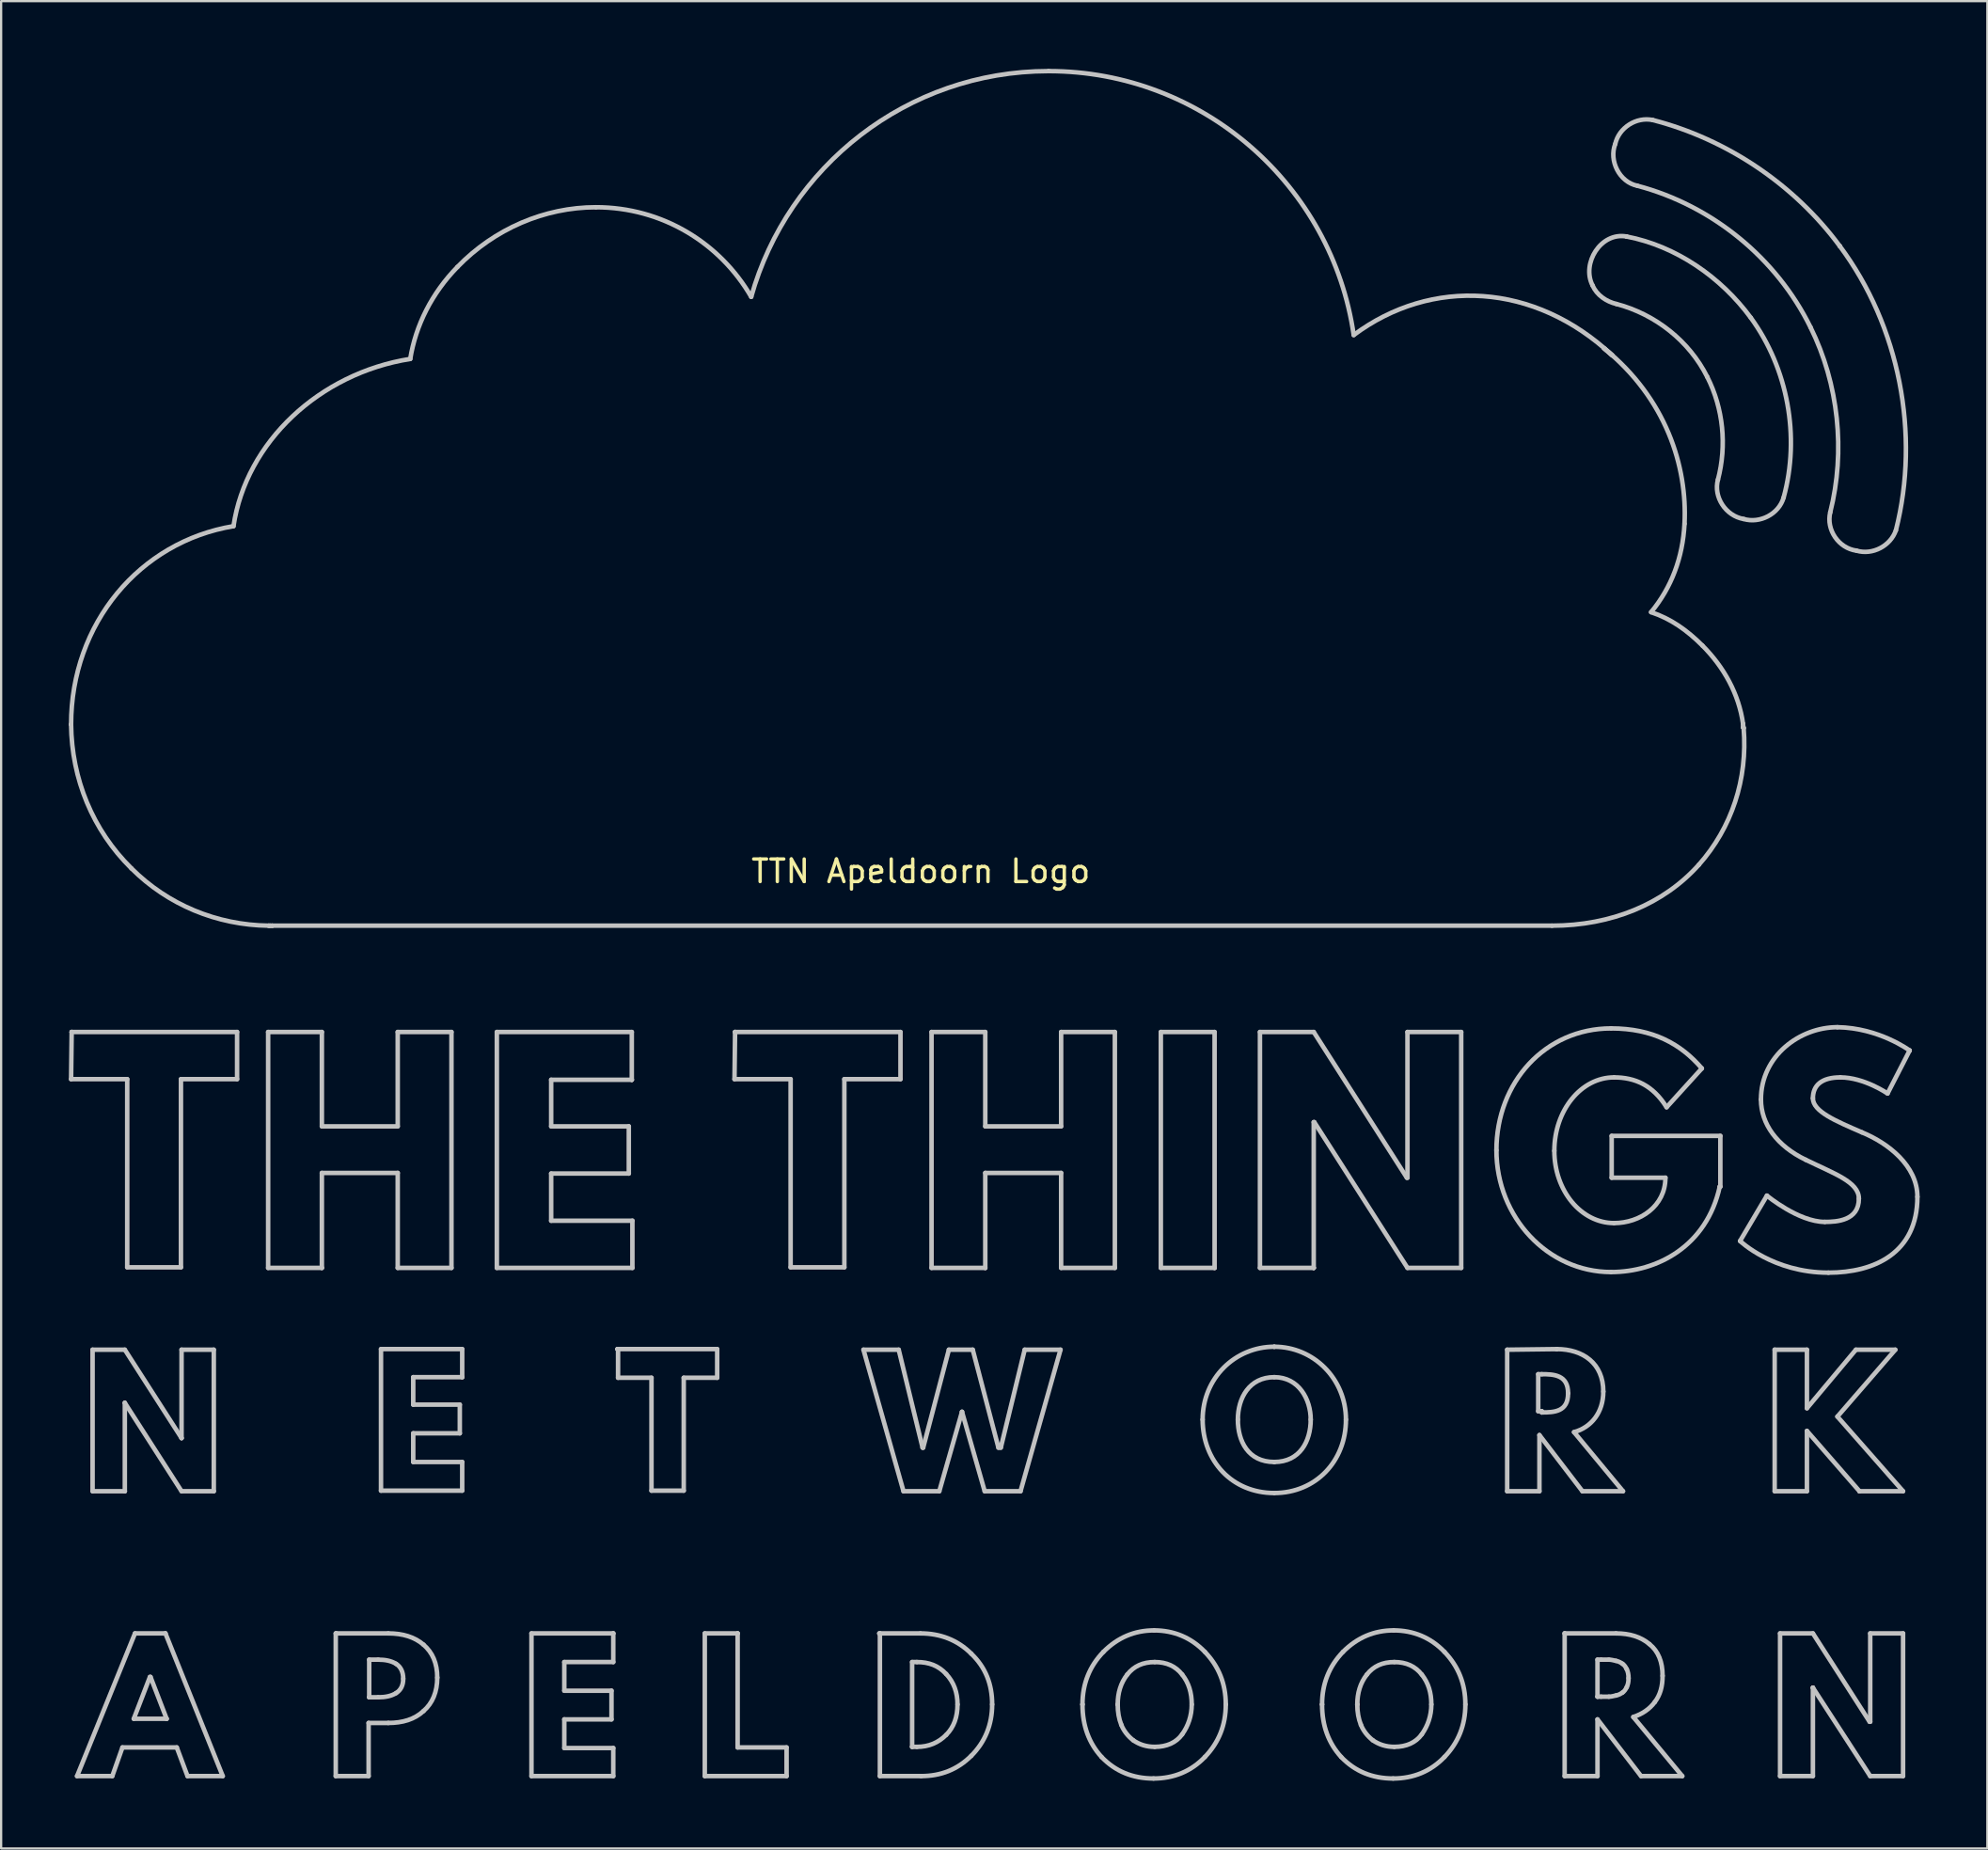
<source format=kicad_pcb>
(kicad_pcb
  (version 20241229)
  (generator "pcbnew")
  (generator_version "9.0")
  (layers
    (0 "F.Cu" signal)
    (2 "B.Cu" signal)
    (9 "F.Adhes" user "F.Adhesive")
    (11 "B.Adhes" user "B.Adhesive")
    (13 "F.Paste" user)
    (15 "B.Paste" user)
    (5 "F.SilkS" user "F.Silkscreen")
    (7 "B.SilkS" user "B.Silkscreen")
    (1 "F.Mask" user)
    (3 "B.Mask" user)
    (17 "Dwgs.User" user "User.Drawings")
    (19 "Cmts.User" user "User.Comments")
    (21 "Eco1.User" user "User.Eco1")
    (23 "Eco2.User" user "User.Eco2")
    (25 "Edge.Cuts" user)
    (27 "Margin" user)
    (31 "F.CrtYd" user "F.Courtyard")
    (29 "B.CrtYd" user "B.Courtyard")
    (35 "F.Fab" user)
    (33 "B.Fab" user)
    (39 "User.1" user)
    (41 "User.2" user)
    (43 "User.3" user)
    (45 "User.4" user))
  (footprint "TTN Apeldoorn Logo"
    (layer "F.Cu")
    (at 37.75 35.051)
    (property "Reference" "TTN Apeldoorn Logo" (at 0 0.5 0) (layer "F.SilkS") (effects (font (size 1 1) (thickness 0.15))))
    (attr through_hole)
    (fp_line (start -37.65 -6.006) (end -37.65 -6.006) (stroke (width 0.2) (type solid)) (layer "Dwgs.User"))
    (fp_line (start -37.65 9.71) (end -37.624 7.62) (stroke (width 0.2) (type solid)) (layer "Dwgs.User"))
    (fp_line (start -37.624 7.62) (end -37.624 7.62) (stroke (width 0.2) (type solid)) (layer "Dwgs.User"))
    (fp_line (start -37.624 7.62) (end -37.624 7.62) (stroke (width 0.2) (type solid)) (layer "Dwgs.User"))
    (fp_line (start -37.624 7.62) (end -30.295 7.62) (stroke (width 0.2) (type solid)) (layer "Dwgs.User"))
    (fp_line (start -37.386 40.587) (end -34.819 34.264) (stroke (width 0.2) (type solid)) (layer "Dwgs.User"))
    (fp_line (start -36.698 21.696) (end -35.269 21.696) (stroke (width 0.2) (type solid)) (layer "Dwgs.User"))
    (fp_line (start -36.698 27.966) (end -36.698 21.696) (stroke (width 0.2) (type solid)) (layer "Dwgs.User"))
    (fp_line (start -35.825 40.587) (end -37.386 40.587) (stroke (width 0.2) (type solid)) (layer "Dwgs.User"))
    (fp_line (start -35.375 39.317) (end -35.825 40.587) (stroke (width 0.2) (type solid)) (layer "Dwgs.User"))
    (fp_line (start -35.269 21.696) (end -32.755 25.612) (stroke (width 0.2) (type solid)) (layer "Dwgs.User"))
    (fp_line (start -35.269 24.051) (end -35.269 24.051) (stroke (width 0.2) (type solid)) (layer "Dwgs.User"))
    (fp_line (start -35.269 24.051) (end -35.269 27.966) (stroke (width 0.2) (type solid)) (layer "Dwgs.User"))
    (fp_line (start -35.269 27.966) (end -36.698 27.966) (stroke (width 0.2) (type solid)) (layer "Dwgs.User"))
    (fp_line (start -35.269 27.966) (end -35.269 27.966) (stroke (width 0.2) (type solid)) (layer "Dwgs.User"))
    (fp_line (start -35.163 9.71) (end -37.65 9.71) (stroke (width 0.2) (type solid)) (layer "Dwgs.User"))
    (fp_line (start -35.163 18.045) (end -35.163 9.71) (stroke (width 0.2) (type solid)) (layer "Dwgs.User"))
    (fp_line (start -34.872 38.047) (end -33.417 38.047) (stroke (width 0.2) (type solid)) (layer "Dwgs.User"))
    (fp_line (start -34.819 34.264) (end -33.47 34.264) (stroke (width 0.2) (type solid)) (layer "Dwgs.User"))
    (fp_line (start -34.158 36.195) (end -34.872 38.047) (stroke (width 0.2) (type solid)) (layer "Dwgs.User"))
    (fp_line (start -34.131 36.195) (end -34.158 36.195) (stroke (width 0.2) (type solid)) (layer "Dwgs.User"))
    (fp_line (start -33.47 34.264) (end -33.47 34.264) (stroke (width 0.2) (type solid)) (layer "Dwgs.User"))
    (fp_line (start -33.47 34.264) (end -30.93 40.587) (stroke (width 0.2) (type solid)) (layer "Dwgs.User"))
    (fp_line (start -33.417 38.047) (end -34.131 36.195) (stroke (width 0.2) (type solid)) (layer "Dwgs.User"))
    (fp_line (start -33.417 38.047) (end -33.417 38.047) (stroke (width 0.2) (type solid)) (layer "Dwgs.User"))
    (fp_line (start -32.967 39.317) (end -35.375 39.317) (stroke (width 0.2) (type solid)) (layer "Dwgs.User"))
    (fp_line (start -32.782 9.71) (end -32.782 18.045) (stroke (width 0.2) (type solid)) (layer "Dwgs.User"))
    (fp_line (start -32.782 18.045) (end -35.163 18.045) (stroke (width 0.2) (type solid)) (layer "Dwgs.User"))
    (fp_line (start -32.755 21.696) (end -31.327 21.696) (stroke (width 0.2) (type solid)) (layer "Dwgs.User"))
    (fp_line (start -32.755 25.612) (end -32.755 21.696) (stroke (width 0.2) (type solid)) (layer "Dwgs.User"))
    (fp_line (start -32.755 25.612) (end -32.755 25.612) (stroke (width 0.2) (type solid)) (layer "Dwgs.User"))
    (fp_line (start -32.755 27.966) (end -35.269 24.051) (stroke (width 0.2) (type solid)) (layer "Dwgs.User"))
    (fp_line (start -32.491 40.587) (end -32.967 39.317) (stroke (width 0.2) (type solid)) (layer "Dwgs.User"))
    (fp_line (start -31.327 21.696) (end -31.327 27.966) (stroke (width 0.2) (type solid)) (layer "Dwgs.User"))
    (fp_line (start -31.327 27.966) (end -32.755 27.966) (stroke (width 0.2) (type solid)) (layer "Dwgs.User"))
    (fp_line (start -30.93 40.587) (end -32.491 40.587) (stroke (width 0.2) (type solid)) (layer "Dwgs.User"))
    (fp_line (start -30.295 7.62) (end -30.295 9.71) (stroke (width 0.2) (type solid)) (layer "Dwgs.User"))
    (fp_line (start -30.295 9.71) (end -32.782 9.71) (stroke (width 0.2) (type solid)) (layer "Dwgs.User"))
    (fp_line (start -28.919 7.62) (end -26.538 7.62) (stroke (width 0.2) (type solid)) (layer "Dwgs.User"))
    (fp_line (start -28.919 18.071) (end -28.919 7.62) (stroke (width 0.2) (type solid)) (layer "Dwgs.User"))
    (fp_line (start -28.892 2.91) (end -28.892 2.91) (stroke (width 0.2) (type solid)) (layer "Dwgs.User"))
    (fp_line (start -28.84 2.91) (end -28.892 2.91) (stroke (width 0.2) (type solid)) (layer "Dwgs.User"))
    (fp_line (start -28.813 2.91) (end -28.84 2.91) (stroke (width 0.2) (type solid)) (layer "Dwgs.User"))
    (fp_line (start -28.734 2.91) (end -28.734 2.91) (stroke (width 0.2) (type solid)) (layer "Dwgs.User"))
    (fp_line (start -26.538 7.62) (end -26.538 11.8) (stroke (width 0.2) (type solid)) (layer "Dwgs.User"))
    (fp_line (start -26.538 11.8) (end -23.177 11.8) (stroke (width 0.2) (type solid)) (layer "Dwgs.User"))
    (fp_line (start -26.538 18.071) (end -28.919 18.071) (stroke (width 0.2) (type solid)) (layer "Dwgs.User"))
    (fp_line (start -26.538 18.071) (end -26.538 18.071) (stroke (width 0.2) (type solid)) (layer "Dwgs.User"))
    (fp_line (start -25.923 34.264) (end -25.896 34.264) (stroke (width 0.2) (type solid)) (layer "Dwgs.User"))
    (fp_line (start -25.923 40.587) (end -25.923 34.264) (stroke (width 0.2) (type solid)) (layer "Dwgs.User"))
    (fp_line (start -25.896 34.264) (end -23.594 34.264) (stroke (width 0.2) (type solid)) (layer "Dwgs.User"))
    (fp_line (start -24.467 38.232) (end -24.467 40.587) (stroke (width 0.2) (type solid)) (layer "Dwgs.User"))
    (fp_line (start -24.467 40.587) (end -25.923 40.587) (stroke (width 0.2) (type solid)) (layer "Dwgs.User"))
    (fp_line (start -24.441 35.428) (end -24.441 37.095) (stroke (width 0.2) (type solid)) (layer "Dwgs.User"))
    (fp_line (start -24.441 37.095) (end -24.441 37.095) (stroke (width 0.2) (type solid)) (layer "Dwgs.User"))
    (fp_line (start -24.441 37.095) (end -24.044 37.095) (stroke (width 0.2) (type solid)) (layer "Dwgs.User"))
    (fp_line (start -24.044 35.428) (end -24.441 35.428) (stroke (width 0.2) (type solid)) (layer "Dwgs.User"))
    (fp_line (start -23.918 21.669) (end -20.32 21.669) (stroke (width 0.2) (type solid)) (layer "Dwgs.User"))
    (fp_line (start -23.918 27.94) (end -23.918 21.669) (stroke (width 0.2) (type solid)) (layer "Dwgs.User"))
    (fp_line (start -23.594 38.232) (end -24.467 38.232) (stroke (width 0.2) (type solid)) (layer "Dwgs.User"))
    (fp_line (start -23.177 7.62) (end -20.796 7.62) (stroke (width 0.2) (type solid)) (layer "Dwgs.User"))
    (fp_line (start -23.177 11.8) (end -23.177 7.62) (stroke (width 0.2) (type solid)) (layer "Dwgs.User"))
    (fp_line (start -23.177 13.864) (end -26.538 13.864) (stroke (width 0.2) (type solid)) (layer "Dwgs.User"))
    (fp_line (start -23.177 18.071) (end -23.177 13.864) (stroke (width 0.2) (type solid)) (layer "Dwgs.User"))
    (fp_line (start -22.49 22.913) (end -22.49 24.13) (stroke (width 0.2) (type solid)) (layer "Dwgs.User"))
    (fp_line (start -22.49 24.13) (end -20.426 24.13) (stroke (width 0.2) (type solid)) (layer "Dwgs.User"))
    (fp_line (start -22.49 25.4) (end -22.49 26.67) (stroke (width 0.2) (type solid)) (layer "Dwgs.User"))
    (fp_line (start -22.49 26.67) (end -20.32 26.67) (stroke (width 0.2) (type solid)) (layer "Dwgs.User"))
    (fp_line (start -20.796 7.62) (end -20.796 18.071) (stroke (width 0.2) (type solid)) (layer "Dwgs.User"))
    (fp_line (start -20.796 18.071) (end -23.177 18.071) (stroke (width 0.2) (type solid)) (layer "Dwgs.User"))
    (fp_line (start -20.426 24.13) (end -20.426 25.4) (stroke (width 0.2) (type solid)) (layer "Dwgs.User"))
    (fp_line (start -20.426 25.4) (end -22.49 25.4) (stroke (width 0.2) (type solid)) (layer "Dwgs.User"))
    (fp_line (start -20.32 21.669) (end -20.32 22.913) (stroke (width 0.2) (type solid)) (layer "Dwgs.User"))
    (fp_line (start -20.32 22.913) (end -22.49 22.913) (stroke (width 0.2) (type solid)) (layer "Dwgs.User"))
    (fp_line (start -20.32 22.913) (end -20.32 22.913) (stroke (width 0.2) (type solid)) (layer "Dwgs.User"))
    (fp_line (start -20.32 26.67) (end -20.32 27.94) (stroke (width 0.2) (type solid)) (layer "Dwgs.User"))
    (fp_line (start -20.32 27.94) (end -23.918 27.94) (stroke (width 0.2) (type solid)) (layer "Dwgs.User"))
    (fp_line (start -18.785 7.62) (end -12.806 7.62) (stroke (width 0.2) (type solid)) (layer "Dwgs.User"))
    (fp_line (start -18.785 18.071) (end -18.785 7.62) (stroke (width 0.2) (type solid)) (layer "Dwgs.User"))
    (fp_line (start -17.251 34.264) (end -13.626 34.264) (stroke (width 0.2) (type solid)) (layer "Dwgs.User"))
    (fp_line (start -17.251 40.587) (end -17.251 34.264) (stroke (width 0.2) (type solid)) (layer "Dwgs.User"))
    (fp_line (start -16.378 9.737) (end -16.378 11.8) (stroke (width 0.2) (type solid)) (layer "Dwgs.User"))
    (fp_line (start -16.378 11.8) (end -12.938 11.8) (stroke (width 0.2) (type solid)) (layer "Dwgs.User"))
    (fp_line (start -16.378 13.891) (end -16.378 15.981) (stroke (width 0.2) (type solid)) (layer "Dwgs.User"))
    (fp_line (start -16.378 15.981) (end -12.779 15.981) (stroke (width 0.2) (type solid)) (layer "Dwgs.User"))
    (fp_line (start -15.796 35.534) (end -15.796 36.804) (stroke (width 0.2) (type solid)) (layer "Dwgs.User"))
    (fp_line (start -15.796 36.804) (end -13.705 36.804) (stroke (width 0.2) (type solid)) (layer "Dwgs.User"))
    (fp_line (start -15.796 38.074) (end -15.796 39.344) (stroke (width 0.2) (type solid)) (layer "Dwgs.User"))
    (fp_line (start -15.796 39.344) (end -13.626 39.344) (stroke (width 0.2) (type solid)) (layer "Dwgs.User"))
    (fp_line (start -13.705 36.804) (end -13.705 38.074) (stroke (width 0.2) (type solid)) (layer "Dwgs.User"))
    (fp_line (start -13.705 38.074) (end -15.796 38.074) (stroke (width 0.2) (type solid)) (layer "Dwgs.User"))
    (fp_line (start -13.626 34.264) (end -13.626 34.264) (stroke (width 0.2) (type solid)) (layer "Dwgs.User"))
    (fp_line (start -13.626 34.264) (end -13.626 35.534) (stroke (width 0.2) (type solid)) (layer "Dwgs.User"))
    (fp_line (start -13.626 35.534) (end -15.796 35.534) (stroke (width 0.2) (type solid)) (layer "Dwgs.User"))
    (fp_line (start -13.626 39.344) (end -13.626 40.587) (stroke (width 0.2) (type solid)) (layer "Dwgs.User"))
    (fp_line (start -13.626 40.587) (end -17.251 40.587) (stroke (width 0.2) (type solid)) (layer "Dwgs.User"))
    (fp_line (start -13.441 21.669) (end -13.441 21.669) (stroke (width 0.2) (type solid)) (layer "Dwgs.User"))
    (fp_line (start -13.441 21.669) (end -9.022 21.669) (stroke (width 0.2) (type solid)) (layer "Dwgs.User"))
    (fp_line (start -13.414 21.669) (end -13.441 21.669) (stroke (width 0.2) (type solid)) (layer "Dwgs.User"))
    (fp_line (start -13.414 22.939) (end -13.414 21.669) (stroke (width 0.2) (type solid)) (layer "Dwgs.User"))
    (fp_line (start -12.938 11.8) (end -12.938 13.891) (stroke (width 0.2) (type solid)) (layer "Dwgs.User"))
    (fp_line (start -12.938 13.891) (end -16.378 13.891) (stroke (width 0.2) (type solid)) (layer "Dwgs.User"))
    (fp_line (start -12.806 7.62) (end -12.806 9.737) (stroke (width 0.2) (type solid)) (layer "Dwgs.User"))
    (fp_line (start -12.806 9.737) (end -16.378 9.737) (stroke (width 0.2) (type solid)) (layer "Dwgs.User"))
    (fp_line (start -12.806 9.737) (end -12.806 9.737) (stroke (width 0.2) (type solid)) (layer "Dwgs.User"))
    (fp_line (start -12.806 9.737) (end -12.806 9.737) (stroke (width 0.2) (type solid)) (layer "Dwgs.User"))
    (fp_line (start -12.779 15.981) (end -12.779 18.071) (stroke (width 0.2) (type solid)) (layer "Dwgs.User"))
    (fp_line (start -12.779 18.071) (end -18.785 18.071) (stroke (width 0.2) (type solid)) (layer "Dwgs.User"))
    (fp_line (start -11.933 22.939) (end -13.414 22.939) (stroke (width 0.2) (type solid)) (layer "Dwgs.User"))
    (fp_line (start -11.933 27.94) (end -11.933 22.939) (stroke (width 0.2) (type solid)) (layer "Dwgs.User"))
    (fp_line (start -10.504 22.939) (end -10.504 27.94) (stroke (width 0.2) (type solid)) (layer "Dwgs.User"))
    (fp_line (start -10.504 27.94) (end -11.933 27.94) (stroke (width 0.2) (type solid)) (layer "Dwgs.User"))
    (fp_line (start -9.571 34.264) (end -8.116 34.264) (stroke (width 0.2) (type solid)) (layer "Dwgs.User"))
    (fp_line (start -9.571 40.587) (end -9.571 34.264) (stroke (width 0.2) (type solid)) (layer "Dwgs.User"))
    (fp_line (start -9.022 21.669) (end -9.022 22.939) (stroke (width 0.2) (type solid)) (layer "Dwgs.User"))
    (fp_line (start -9.022 22.939) (end -10.504 22.939) (stroke (width 0.2) (type solid)) (layer "Dwgs.User"))
    (fp_line (start -8.255 9.71) (end -8.229 7.62) (stroke (width 0.2) (type solid)) (layer "Dwgs.User"))
    (fp_line (start -8.229 7.62) (end -8.229 7.62) (stroke (width 0.2) (type solid)) (layer "Dwgs.User"))
    (fp_line (start -8.229 7.62) (end -8.229 7.62) (stroke (width 0.2) (type solid)) (layer "Dwgs.User"))
    (fp_line (start -8.229 7.62) (end -0.9 7.62) (stroke (width 0.2) (type solid)) (layer "Dwgs.User"))
    (fp_line (start -8.116 34.264) (end -8.116 34.264) (stroke (width 0.2) (type solid)) (layer "Dwgs.User"))
    (fp_line (start -8.116 34.264) (end -8.116 39.317) (stroke (width 0.2) (type solid)) (layer "Dwgs.User"))
    (fp_line (start -8.116 39.317) (end -5.947 39.317) (stroke (width 0.2) (type solid)) (layer "Dwgs.User"))
    (fp_line (start -5.947 39.317) (end -5.947 40.587) (stroke (width 0.2) (type solid)) (layer "Dwgs.User"))
    (fp_line (start -5.947 40.587) (end -9.571 40.587) (stroke (width 0.2) (type solid)) (layer "Dwgs.User"))
    (fp_line (start -5.768 9.71) (end -8.255 9.71) (stroke (width 0.2) (type solid)) (layer "Dwgs.User"))
    (fp_line (start -5.768 18.045) (end -5.768 9.71) (stroke (width 0.2) (type solid)) (layer "Dwgs.User"))
    (fp_line (start -3.387 9.71) (end -3.387 18.045) (stroke (width 0.2) (type solid)) (layer "Dwgs.User"))
    (fp_line (start -3.387 18.045) (end -5.768 18.045) (stroke (width 0.2) (type solid)) (layer "Dwgs.User"))
    (fp_line (start -2.54 21.696) (end -0.979 21.696) (stroke (width 0.2) (type solid)) (layer "Dwgs.User"))
    (fp_line (start -1.839 34.264) (end -0.013 34.264) (stroke (width 0.2) (type solid)) (layer "Dwgs.User"))
    (fp_line (start -1.812 34.264) (end -1.839 34.264) (stroke (width 0.2) (type solid)) (layer "Dwgs.User"))
    (fp_line (start -1.812 40.587) (end -1.812 34.264) (stroke (width 0.2) (type solid)) (layer "Dwgs.User"))
    (fp_line (start -0.979 21.696) (end 0.079 26.035) (stroke (width 0.2) (type solid)) (layer "Dwgs.User"))
    (fp_line (start -0.9 7.62) (end -0.9 9.71) (stroke (width 0.2) (type solid)) (layer "Dwgs.User"))
    (fp_line (start -0.9 9.71) (end -3.387 9.71) (stroke (width 0.2) (type solid)) (layer "Dwgs.User"))
    (fp_line (start -0.767 27.966) (end -2.54 21.696) (stroke (width 0.2) (type solid)) (layer "Dwgs.User"))
    (fp_line (start -0.384 35.534) (end -0.384 39.291) (stroke (width 0.2) (type solid)) (layer "Dwgs.User"))
    (fp_line (start -0.384 39.291) (end -0.384 39.291) (stroke (width 0.2) (type solid)) (layer "Dwgs.User"))
    (fp_line (start -0.384 39.291) (end -0.172 39.291) (stroke (width 0.2) (type solid)) (layer "Dwgs.User"))
    (fp_line (start -0.172 35.534) (end -0.384 35.534) (stroke (width 0.2) (type solid)) (layer "Dwgs.User"))
    (fp_line (start 0.013 40.587) (end -1.812 40.587) (stroke (width 0.2) (type solid)) (layer "Dwgs.User"))
    (fp_line (start 0.079 26.035) (end 0.106 26.035) (stroke (width 0.2) (type solid)) (layer "Dwgs.User"))
    (fp_line (start 0.106 26.035) (end 1.244 21.696) (stroke (width 0.2) (type solid)) (layer "Dwgs.User"))
    (fp_line (start 0.476 7.62) (end 2.857 7.62) (stroke (width 0.2) (type solid)) (layer "Dwgs.User"))
    (fp_line (start 0.476 18.071) (end 0.476 7.62) (stroke (width 0.2) (type solid)) (layer "Dwgs.User"))
    (fp_line (start 0.82 27.966) (end -0.767 27.966) (stroke (width 0.2) (type solid)) (layer "Dwgs.User"))
    (fp_line (start 1.244 21.696) (end 2.302 21.696) (stroke (width 0.2) (type solid)) (layer "Dwgs.User"))
    (fp_line (start 1.826 24.448) (end 0.82 27.966) (stroke (width 0.2) (type solid)) (layer "Dwgs.User"))
    (fp_line (start 1.826 24.448) (end 1.826 24.448) (stroke (width 0.2) (type solid)) (layer "Dwgs.User"))
    (fp_line (start 2.302 21.696) (end 3.44 26.035) (stroke (width 0.2) (type solid)) (layer "Dwgs.User"))
    (fp_line (start 2.831 27.966) (end 1.826 24.448) (stroke (width 0.2) (type solid)) (layer "Dwgs.User"))
    (fp_line (start 2.857 7.62) (end 2.857 11.8) (stroke (width 0.2) (type solid)) (layer "Dwgs.User"))
    (fp_line (start 2.857 11.8) (end 6.218 11.8) (stroke (width 0.2) (type solid)) (layer "Dwgs.User"))
    (fp_line (start 2.857 13.864) (end 2.857 18.071) (stroke (width 0.2) (type solid)) (layer "Dwgs.User"))
    (fp_line (start 2.857 18.071) (end 0.476 18.071) (stroke (width 0.2) (type solid)) (layer "Dwgs.User"))
    (fp_line (start 2.857 18.071) (end 2.857 18.071) (stroke (width 0.2) (type solid)) (layer "Dwgs.User"))
    (fp_line (start 3.44 26.035) (end 3.545 26.035) (stroke (width 0.2) (type solid)) (layer "Dwgs.User"))
    (fp_line (start 3.545 26.035) (end 4.604 21.696) (stroke (width 0.2) (type solid)) (layer "Dwgs.User"))
    (fp_line (start 4.419 27.966) (end 2.831 27.966) (stroke (width 0.2) (type solid)) (layer "Dwgs.User"))
    (fp_line (start 4.604 21.696) (end 6.191 21.696) (stroke (width 0.2) (type solid)) (layer "Dwgs.User"))
    (fp_line (start 6.191 21.696) (end 4.419 27.966) (stroke (width 0.2) (type solid)) (layer "Dwgs.User"))
    (fp_line (start 6.218 7.62) (end 8.599 7.62) (stroke (width 0.2) (type solid)) (layer "Dwgs.User"))
    (fp_line (start 6.218 11.8) (end 6.218 7.62) (stroke (width 0.2) (type solid)) (layer "Dwgs.User"))
    (fp_line (start 6.218 13.864) (end 2.857 13.864) (stroke (width 0.2) (type solid)) (layer "Dwgs.User"))
    (fp_line (start 6.218 18.071) (end 6.218 13.864) (stroke (width 0.2) (type solid)) (layer "Dwgs.User"))
    (fp_line (start 7.164 37.412) (end 7.164 37.412) (stroke (width 0.2) (type solid)) (layer "Dwgs.User"))
    (fp_line (start 8.599 7.62) (end 8.599 18.071) (stroke (width 0.2) (type solid)) (layer "Dwgs.User"))
    (fp_line (start 8.599 18.071) (end 6.218 18.071) (stroke (width 0.2) (type solid)) (layer "Dwgs.User"))
    (fp_line (start 8.725 37.412) (end 8.725 37.412) (stroke (width 0.2) (type solid)) (layer "Dwgs.User"))
    (fp_line (start 10.636 7.62) (end 13.018 7.62) (stroke (width 0.2) (type solid)) (layer "Dwgs.User"))
    (fp_line (start 10.636 18.071) (end 10.636 7.62) (stroke (width 0.2) (type solid)) (layer "Dwgs.User"))
    (fp_line (start 13.018 7.62) (end 13.018 18.071) (stroke (width 0.2) (type solid)) (layer "Dwgs.User"))
    (fp_line (start 13.018 18.071) (end 10.636 18.071) (stroke (width 0.2) (type solid)) (layer "Dwgs.User"))
    (fp_line (start 13.018 18.071) (end 13.018 18.071) (stroke (width 0.2) (type solid)) (layer "Dwgs.User"))
    (fp_line (start 15.028 7.62) (end 17.41 7.62) (stroke (width 0.2) (type solid)) (layer "Dwgs.User"))
    (fp_line (start 15.028 18.071) (end 15.028 7.62) (stroke (width 0.2) (type solid)) (layer "Dwgs.User"))
    (fp_line (start 15.663 21.564) (end 15.663 21.564) (stroke (width 0.2) (type solid)) (layer "Dwgs.User"))
    (fp_line (start 15.663 26.67) (end 15.663 26.67) (stroke (width 0.2) (type solid)) (layer "Dwgs.User"))
    (fp_line (start 17.41 7.62) (end 21.537 14.076) (stroke (width 0.2) (type solid)) (layer "Dwgs.User"))
    (fp_line (start 17.41 11.615) (end 17.41 18.071) (stroke (width 0.2) (type solid)) (layer "Dwgs.User"))
    (fp_line (start 17.41 18.071) (end 15.028 18.071) (stroke (width 0.2) (type solid)) (layer "Dwgs.User"))
    (fp_line (start 17.41 18.071) (end 17.41 18.071) (stroke (width 0.2) (type solid)) (layer "Dwgs.User"))
    (fp_line (start 17.41 18.071) (end 17.41 18.071) (stroke (width 0.2) (type solid)) (layer "Dwgs.User"))
    (fp_line (start 17.436 11.615) (end 17.41 11.615) (stroke (width 0.2) (type solid)) (layer "Dwgs.User"))
    (fp_line (start 17.78 37.412) (end 17.78 37.412) (stroke (width 0.2) (type solid)) (layer "Dwgs.User"))
    (fp_line (start 19.341 37.412) (end 19.341 37.412) (stroke (width 0.2) (type solid)) (layer "Dwgs.User"))
    (fp_line (start 21.537 14.076) (end 21.564 14.076) (stroke (width 0.2) (type solid)) (layer "Dwgs.User"))
    (fp_line (start 21.564 7.62) (end 23.945 7.62) (stroke (width 0.2) (type solid)) (layer "Dwgs.User"))
    (fp_line (start 21.564 14.076) (end 21.564 7.62) (stroke (width 0.2) (type solid)) (layer "Dwgs.User"))
    (fp_line (start 21.564 18.071) (end 17.436 11.615) (stroke (width 0.2) (type solid)) (layer "Dwgs.User"))
    (fp_line (start 23.945 7.62) (end 23.945 18.071) (stroke (width 0.2) (type solid)) (layer "Dwgs.User"))
    (fp_line (start 23.945 18.071) (end 21.564 18.071) (stroke (width 0.2) (type solid)) (layer "Dwgs.User"))
    (fp_line (start 25.982 21.696) (end 28.178 21.669) (stroke (width 0.2) (type solid)) (layer "Dwgs.User"))
    (fp_line (start 25.982 27.966) (end 25.982 21.696) (stroke (width 0.2) (type solid)) (layer "Dwgs.User"))
    (fp_line (start 27.358 22.781) (end 27.358 24.421) (stroke (width 0.2) (type solid)) (layer "Dwgs.User"))
    (fp_line (start 27.358 24.421) (end 27.517 24.421) (stroke (width 0.2) (type solid)) (layer "Dwgs.User"))
    (fp_line (start 27.411 25.479) (end 27.411 27.966) (stroke (width 0.2) (type solid)) (layer "Dwgs.User"))
    (fp_line (start 27.411 27.966) (end 25.982 27.966) (stroke (width 0.2) (type solid)) (layer "Dwgs.User"))
    (fp_line (start 27.517 22.781) (end 27.358 22.781) (stroke (width 0.2) (type solid)) (layer "Dwgs.User"))
    (fp_line (start 27.517 24.421) (end 27.517 24.474) (stroke (width 0.2) (type solid)) (layer "Dwgs.User"))
    (fp_line (start 27.517 24.474) (end 27.517 24.474) (stroke (width 0.2) (type solid)) (layer "Dwgs.User"))
    (fp_line (start 27.966 2.91) (end -28.734 2.91) (stroke (width 0.2) (type solid)) (layer "Dwgs.User"))
    (fp_line (start 28.178 21.669) (end 28.178 21.669) (stroke (width 0.2) (type solid)) (layer "Dwgs.User"))
    (fp_line (start 28.178 21.669) (end 28.178 21.669) (stroke (width 0.2) (type solid)) (layer "Dwgs.User"))
    (fp_line (start 28.529 34.264) (end 28.529 34.264) (stroke (width 0.2) (type solid)) (layer "Dwgs.User"))
    (fp_line (start 28.529 34.264) (end 30.804 34.264) (stroke (width 0.2) (type solid)) (layer "Dwgs.User"))
    (fp_line (start 28.529 40.587) (end 28.529 34.264) (stroke (width 0.2) (type solid)) (layer "Dwgs.User"))
    (fp_line (start 28.945 25.347) (end 31.115 27.966) (stroke (width 0.2) (type solid)) (layer "Dwgs.User"))
    (fp_line (start 29.316 27.966) (end 27.411 25.479) (stroke (width 0.2) (type solid)) (layer "Dwgs.User"))
    (fp_line (start 29.984 35.428) (end 29.984 37.068) (stroke (width 0.2) (type solid)) (layer "Dwgs.User"))
    (fp_line (start 29.984 37.068) (end 29.984 37.068) (stroke (width 0.2) (type solid)) (layer "Dwgs.User"))
    (fp_line (start 29.984 37.068) (end 30.143 37.068) (stroke (width 0.2) (type solid)) (layer "Dwgs.User"))
    (fp_line (start 29.984 38.074) (end 29.984 40.587) (stroke (width 0.2) (type solid)) (layer "Dwgs.User"))
    (fp_line (start 29.984 40.587) (end 28.529 40.587) (stroke (width 0.2) (type solid)) (layer "Dwgs.User"))
    (fp_line (start 30.143 35.428) (end 29.984 35.428) (stroke (width 0.2) (type solid)) (layer "Dwgs.User"))
    (fp_line (start 30.612 12.224) (end 35.428 12.224) (stroke (width 0.2) (type solid)) (layer "Dwgs.User"))
    (fp_line (start 30.612 14.076) (end 30.612 12.224) (stroke (width 0.2) (type solid)) (layer "Dwgs.User"))
    (fp_line (start 30.639 -22.357) (end 30.268 -22.675) (stroke (width 0.2) (type solid)) (layer "Dwgs.User"))
    (fp_line (start 31.115 27.966) (end 29.316 27.966) (stroke (width 0.2) (type solid)) (layer "Dwgs.User"))
    (fp_line (start 31.274 -27.622) (end 31.274 -27.622) (stroke (width 0.2) (type solid)) (layer "Dwgs.User"))
    (fp_line (start 31.571 37.968) (end 33.741 40.587) (stroke (width 0.2) (type solid)) (layer "Dwgs.User"))
    (fp_line (start 31.915 40.587) (end 29.984 38.074) (stroke (width 0.2) (type solid)) (layer "Dwgs.User"))
    (fp_line (start 32.994 14.076) (end 30.612 14.076) (stroke (width 0.2) (type solid)) (layer "Dwgs.User"))
    (fp_line (start 33.741 40.587) (end 31.915 40.587) (stroke (width 0.2) (type solid)) (layer "Dwgs.User"))
    (fp_line (start 34.608 9.234) (end 33.046 10.954) (stroke (width 0.2) (type solid)) (layer "Dwgs.User"))
    (fp_line (start 35.401 14.473) (end 35.401 14.473) (stroke (width 0.2) (type solid)) (layer "Dwgs.User"))
    (fp_line (start 35.428 12.224) (end 35.428 14.473) (stroke (width 0.2) (type solid)) (layer "Dwgs.User"))
    (fp_line (start 35.428 14.473) (end 35.401 14.473) (stroke (width 0.2) (type solid)) (layer "Dwgs.User"))
    (fp_line (start 36.301 16.88) (end 37.491 14.87) (stroke (width 0.2) (type solid)) (layer "Dwgs.User"))
    (fp_line (start 36.433 -6.032) (end 36.433 -6.032) (stroke (width 0.2) (type solid)) (layer "Dwgs.User"))
    (fp_line (start 36.46 -5.847) (end 36.46 -5.847) (stroke (width 0.2) (type solid)) (layer "Dwgs.User"))
    (fp_line (start 37.835 21.696) (end 39.264 21.696) (stroke (width 0.2) (type solid)) (layer "Dwgs.User"))
    (fp_line (start 37.835 27.966) (end 37.835 21.696) (stroke (width 0.2) (type solid)) (layer "Dwgs.User"))
    (fp_line (start 38.074 34.264) (end 39.529 34.264) (stroke (width 0.2) (type solid)) (layer "Dwgs.User"))
    (fp_line (start 38.074 40.587) (end 38.074 34.264) (stroke (width 0.2) (type solid)) (layer "Dwgs.User"))
    (fp_line (start 39.264 21.696) (end 39.264 24.289) (stroke (width 0.2) (type solid)) (layer "Dwgs.User"))
    (fp_line (start 39.264 24.289) (end 41.434 21.696) (stroke (width 0.2) (type solid)) (layer "Dwgs.User"))
    (fp_line (start 39.264 25.294) (end 39.264 27.966) (stroke (width 0.2) (type solid)) (layer "Dwgs.User"))
    (fp_line (start 39.264 27.966) (end 37.835 27.966) (stroke (width 0.2) (type solid)) (layer "Dwgs.User"))
    (fp_line (start 39.529 34.264) (end 42.042 38.179) (stroke (width 0.2) (type solid)) (layer "Dwgs.User"))
    (fp_line (start 39.529 36.671) (end 39.529 36.671) (stroke (width 0.2) (type solid)) (layer "Dwgs.User"))
    (fp_line (start 39.529 36.671) (end 39.529 36.671) (stroke (width 0.2) (type solid)) (layer "Dwgs.User"))
    (fp_line (start 39.529 36.671) (end 39.529 40.587) (stroke (width 0.2) (type solid)) (layer "Dwgs.User"))
    (fp_line (start 39.529 40.587) (end 38.074 40.587) (stroke (width 0.2) (type solid)) (layer "Dwgs.User"))
    (fp_line (start 40.614 24.659) (end 43.524 27.966) (stroke (width 0.2) (type solid)) (layer "Dwgs.User"))
    (fp_line (start 40.719 -27.199) (end 40.719 -27.199) (stroke (width 0.2) (type solid)) (layer "Dwgs.User"))
    (fp_line (start 41.434 21.696) (end 43.18 21.696) (stroke (width 0.2) (type solid)) (layer "Dwgs.User"))
    (fp_line (start 41.593 27.966) (end 39.264 25.294) (stroke (width 0.2) (type solid)) (layer "Dwgs.User"))
    (fp_line (start 41.593 27.966) (end 41.593 27.966) (stroke (width 0.2) (type solid)) (layer "Dwgs.User"))
    (fp_line (start 41.593 27.966) (end 41.593 27.966) (stroke (width 0.2) (type solid)) (layer "Dwgs.User"))
    (fp_line (start 42.042 38.179) (end 42.069 38.179) (stroke (width 0.2) (type solid)) (layer "Dwgs.User"))
    (fp_line (start 42.069 34.264) (end 43.524 34.264) (stroke (width 0.2) (type solid)) (layer "Dwgs.User"))
    (fp_line (start 42.069 38.179) (end 42.069 34.264) (stroke (width 0.2) (type solid)) (layer "Dwgs.User"))
    (fp_line (start 42.069 40.587) (end 39.529 36.671) (stroke (width 0.2) (type solid)) (layer "Dwgs.User"))
    (fp_line (start 43.18 21.696) (end 40.614 24.659) (stroke (width 0.2) (type solid)) (layer "Dwgs.User"))
    (fp_line (start 43.524 27.966) (end 41.593 27.966) (stroke (width 0.2) (type solid)) (layer "Dwgs.User"))
    (fp_line (start 43.524 34.264) (end 43.524 40.587) (stroke (width 0.2) (type solid)) (layer "Dwgs.User"))
    (fp_line (start 43.524 40.587) (end 42.069 40.587) (stroke (width 0.2) (type solid)) (layer "Dwgs.User"))
    (fp_line (start 43.815 8.44) (end 42.836 10.345) (stroke (width 0.2) (type solid)) (layer "Dwgs.User"))
    (fp_line (start 43.815 8.44) (end 43.815 8.44) (stroke (width 0.2) (type solid)) (layer "Dwgs.User"))
    (fp_curve (pts (xy -37.65 -6.006) (xy -37.65 -10.477) (xy -34.608 -14.102) (xy -30.454 -14.79)) (stroke (width 0.2) (type solid)) (layer "Dwgs.User"))
    (fp_curve (pts (xy -34.978 0.37) (xy -36.698 -1.323) (xy -37.624 -3.598) (xy -37.65 -6.006)) (stroke (width 0.2) (type solid)) (layer "Dwgs.User"))
    (fp_curve (pts (xy -30.454 -14.79) (xy -29.898 -18.521) (xy -26.644 -21.564) (xy -22.622 -22.199)) (stroke (width 0.2) (type solid)) (layer "Dwgs.User"))
    (fp_curve (pts (xy -28.892 2.91) (xy -31.194 2.884) (xy -33.364 1.984) (xy -34.978 0.37)) (stroke (width 0.2) (type solid)) (layer "Dwgs.User"))
    (fp_curve (pts (xy -28.734 2.91) (xy -28.76 2.91) (xy -28.787 2.91) (xy -28.813 2.91)) (stroke (width 0.2) (type solid)) (layer "Dwgs.User"))
    (fp_curve (pts (xy -26.538 13.864) (xy -26.538 13.864) (xy -26.538 18.071) (xy -26.538 18.071)) (stroke (width 0.2) (type solid)) (layer "Dwgs.User"))
    (fp_curve (pts (xy -24.044 37.095) (xy -23.727 37.095) (xy -23.462 37.042) (xy -23.25 36.909)) (stroke (width 0.2) (type solid)) (layer "Dwgs.User"))
    (fp_curve (pts (xy -23.594 34.264) (xy -22.959 34.264) (xy -22.43 34.422) (xy -22.033 34.766)) (stroke (width 0.2) (type solid)) (layer "Dwgs.User"))
    (fp_curve (pts (xy -23.25 35.613) (xy -23.462 35.481) (xy -23.727 35.428) (xy -24.044 35.428)) (stroke (width 0.2) (type solid)) (layer "Dwgs.User"))
    (fp_curve (pts (xy -23.25 36.909) (xy -23.039 36.777) (xy -22.933 36.565) (xy -22.933 36.274)) (stroke (width 0.2) (type solid)) (layer "Dwgs.User"))
    (fp_curve (pts (xy -22.933 36.274) (xy -22.933 35.983) (xy -23.039 35.745) (xy -23.25 35.613)) (stroke (width 0.2) (type solid)) (layer "Dwgs.User"))
    (fp_curve (pts (xy -22.622 -22.199) (xy -22.384 -23.68) (xy -21.669 -25.109) (xy -20.532 -26.273)) (stroke (width 0.2) (type solid)) (layer "Dwgs.User"))
    (fp_curve (pts (xy -22.033 34.766) (xy -21.636 35.11) (xy -21.425 35.586) (xy -21.425 36.221)) (stroke (width 0.2) (type solid)) (layer "Dwgs.User"))
    (fp_curve (pts (xy -22.033 37.703) (xy -22.43 38.074) (xy -22.959 38.232) (xy -23.594 38.232)) (stroke (width 0.2) (type solid)) (layer "Dwgs.User"))
    (fp_curve (pts (xy -21.425 36.221) (xy -21.425 36.856) (xy -21.636 37.359) (xy -22.033 37.703)) (stroke (width 0.2) (type solid)) (layer "Dwgs.User"))
    (fp_curve (pts (xy -20.532 -26.273) (xy -18.891 -27.966) (xy -16.669 -28.919) (xy -14.393 -28.919)) (stroke (width 0.2) (type solid)) (layer "Dwgs.User"))
    (fp_curve (pts (xy -14.393 -28.919) (xy -11.456 -28.919) (xy -8.89 -27.331) (xy -7.514 -24.95)) (stroke (width 0.2) (type solid)) (layer "Dwgs.User"))
    (fp_curve (pts (xy -7.514 -24.95) (xy -5.9 -30.718) (xy -0.609 -34.951) (xy 5.662 -34.951)) (stroke (width 0.2) (type solid)) (layer "Dwgs.User"))
    (fp_curve (pts (xy -0.172 39.291) (xy 0.357 39.291) (xy 0.781 39.105) (xy 1.124 38.761)) (stroke (width 0.2) (type solid)) (layer "Dwgs.User"))
    (fp_curve (pts (xy -0.013 34.264) (xy 0.86 34.264) (xy 1.627 34.555) (xy 2.236 35.163)) (stroke (width 0.2) (type solid)) (layer "Dwgs.User"))
    (fp_curve (pts (xy 1.124 36.063) (xy 0.781 35.692) (xy 0.357 35.534) (xy -0.172 35.534)) (stroke (width 0.2) (type solid)) (layer "Dwgs.User"))
    (fp_curve (pts (xy 1.124 38.761) (xy 1.468 38.417) (xy 1.627 37.968) (xy 1.627 37.412)) (stroke (width 0.2) (type solid)) (layer "Dwgs.User"))
    (fp_curve (pts (xy 1.627 37.412) (xy 1.627 36.883) (xy 1.468 36.433) (xy 1.124 36.063)) (stroke (width 0.2) (type solid)) (layer "Dwgs.User"))
    (fp_curve (pts (xy 2.236 35.163) (xy 2.871 35.772) (xy 3.162 36.513) (xy 3.162 37.412)) (stroke (width 0.2) (type solid)) (layer "Dwgs.User"))
    (fp_curve (pts (xy 2.236 39.688) (xy 1.627 40.296) (xy 0.886 40.587) (xy 0.013 40.587)) (stroke (width 0.2) (type solid)) (layer "Dwgs.User"))
    (fp_curve (pts (xy 3.162 37.412) (xy 3.162 38.312) (xy 2.844 39.079) (xy 2.236 39.688)) (stroke (width 0.2) (type solid)) (layer "Dwgs.User"))
    (fp_curve (pts (xy 5.662 -34.951) (xy 12.515 -34.951) (xy 18.23 -29.871) (xy 19.182 -23.257)) (stroke (width 0.2) (type solid)) (layer "Dwgs.User"))
    (fp_curve (pts (xy 7.164 37.412) (xy 7.164 36.486) (xy 7.481 35.719) (xy 8.09 35.084)) (stroke (width 0.2) (type solid)) (layer "Dwgs.User"))
    (fp_curve (pts (xy 8.01 39.74) (xy 7.455 39.132) (xy 7.164 38.365) (xy 7.164 37.412)) (stroke (width 0.2) (type solid)) (layer "Dwgs.User"))
    (fp_curve (pts (xy 8.09 35.084) (xy 8.725 34.449) (xy 9.465 34.131) (xy 10.339 34.131)) (stroke (width 0.2) (type solid)) (layer "Dwgs.User"))
    (fp_curve (pts (xy 8.725 37.412) (xy 8.725 37.756) (xy 8.778 38.047) (xy 8.883 38.312)) (stroke (width 0.2) (type solid)) (layer "Dwgs.User"))
    (fp_curve (pts (xy 8.883 38.312) (xy 8.989 38.576) (xy 9.174 38.814) (xy 9.413 39)) (stroke (width 0.2) (type solid)) (layer "Dwgs.User"))
    (fp_curve (pts (xy 9.148 36.089) (xy 8.857 36.46) (xy 8.725 36.909) (xy 8.725 37.412)) (stroke (width 0.2) (type solid)) (layer "Dwgs.User"))
    (fp_curve (pts (xy 9.413 39) (xy 9.677 39.185) (xy 9.995 39.291) (xy 10.365 39.291)) (stroke (width 0.2) (type solid)) (layer "Dwgs.User"))
    (fp_curve (pts (xy 10.312 40.693) (xy 9.386 40.693) (xy 8.619 40.375) (xy 8.01 39.74)) (stroke (width 0.2) (type solid)) (layer "Dwgs.User"))
    (fp_curve (pts (xy 10.339 34.131) (xy 11.212 34.131) (xy 11.979 34.449) (xy 12.588 35.084)) (stroke (width 0.2) (type solid)) (layer "Dwgs.User"))
    (fp_curve (pts (xy 10.365 35.534) (xy 9.836 35.534) (xy 9.439 35.719) (xy 9.148 36.089)) (stroke (width 0.2) (type solid)) (layer "Dwgs.User"))
    (fp_curve (pts (xy 10.365 39.291) (xy 10.894 39.291) (xy 11.318 39.105) (xy 11.582 38.735)) (stroke (width 0.2) (type solid)) (layer "Dwgs.User"))
    (fp_curve (pts (xy 11.582 36.089) (xy 11.291 35.719) (xy 10.894 35.534) (xy 10.365 35.534)) (stroke (width 0.2) (type solid)) (layer "Dwgs.User"))
    (fp_curve (pts (xy 11.582 38.735) (xy 11.847 38.365) (xy 12.005 37.915) (xy 12.005 37.412)) (stroke (width 0.2) (type solid)) (layer "Dwgs.User"))
    (fp_curve (pts (xy 12.005 37.412) (xy 12.005 36.883) (xy 11.873 36.46) (xy 11.582 36.089)) (stroke (width 0.2) (type solid)) (layer "Dwgs.User"))
    (fp_curve (pts (xy 12.488 24.791) (xy 12.488 22.966) (xy 13.917 21.564) (xy 15.663 21.564)) (stroke (width 0.2) (type solid)) (layer "Dwgs.User"))
    (fp_curve (pts (xy 12.588 35.084) (xy 13.196 35.719) (xy 13.514 36.486) (xy 13.514 37.412)) (stroke (width 0.2) (type solid)) (layer "Dwgs.User"))
    (fp_curve (pts (xy 12.588 39.74) (xy 11.979 40.375) (xy 11.212 40.693) (xy 10.312 40.693)) (stroke (width 0.2) (type solid)) (layer "Dwgs.User"))
    (fp_curve (pts (xy 13.514 37.412) (xy 13.514 38.338) (xy 13.196 39.105) (xy 12.588 39.74)) (stroke (width 0.2) (type solid)) (layer "Dwgs.User"))
    (fp_curve (pts (xy 14.049 24.791) (xy 14.049 25.744) (xy 14.499 26.67) (xy 15.663 26.67)) (stroke (width 0.2) (type solid)) (layer "Dwgs.User"))
    (fp_curve (pts (xy 15.663 21.564) (xy 17.41 21.564) (xy 18.838 22.992) (xy 18.838 24.791)) (stroke (width 0.2) (type solid)) (layer "Dwgs.User"))
    (fp_curve (pts (xy 15.663 22.913) (xy 14.552 22.913) (xy 14.049 23.839) (xy 14.049 24.791)) (stroke (width 0.2) (type solid)) (layer "Dwgs.User"))
    (fp_curve (pts (xy 15.663 26.67) (xy 16.801 26.67) (xy 17.277 25.744) (xy 17.277 24.791)) (stroke (width 0.2) (type solid)) (layer "Dwgs.User"))
    (fp_curve (pts (xy 15.663 28.046) (xy 13.785 28.046) (xy 12.488 26.617) (xy 12.488 24.791)) (stroke (width 0.2) (type solid)) (layer "Dwgs.User"))
    (fp_curve (pts (xy 17.277 24.791) (xy 17.277 23.892) (xy 16.748 22.913) (xy 15.663 22.913)) (stroke (width 0.2) (type solid)) (layer "Dwgs.User"))
    (fp_curve (pts (xy 17.78 37.412) (xy 17.78 36.486) (xy 18.098 35.719) (xy 18.706 35.084)) (stroke (width 0.2) (type solid)) (layer "Dwgs.User"))
    (fp_curve (pts (xy 18.627 39.74) (xy 18.071 39.132) (xy 17.78 38.365) (xy 17.78 37.412)) (stroke (width 0.2) (type solid)) (layer "Dwgs.User"))
    (fp_curve (pts (xy 18.706 35.084) (xy 19.341 34.449) (xy 20.082 34.131) (xy 20.955 34.131)) (stroke (width 0.2) (type solid)) (layer "Dwgs.User"))
    (fp_curve (pts (xy 18.838 24.791) (xy 18.838 26.644) (xy 17.489 28.046) (xy 15.663 28.046)) (stroke (width 0.2) (type solid)) (layer "Dwgs.User"))
    (fp_curve (pts (xy 19.182 -23.257) (xy 22.622 -25.823) (xy 27.199 -25.585) (xy 30.639 -22.357)) (stroke (width 0.2) (type solid)) (layer "Dwgs.User"))
    (fp_curve (pts (xy 19.341 37.412) (xy 19.341 37.756) (xy 19.394 38.047) (xy 19.5 38.312)) (stroke (width 0.2) (type solid)) (layer "Dwgs.User"))
    (fp_curve (pts (xy 19.5 38.312) (xy 19.606 38.576) (xy 19.791 38.814) (xy 20.029 39)) (stroke (width 0.2) (type solid)) (layer "Dwgs.User"))
    (fp_curve (pts (xy 19.764 36.089) (xy 19.473 36.46) (xy 19.341 36.909) (xy 19.341 37.412)) (stroke (width 0.2) (type solid)) (layer "Dwgs.User"))
    (fp_curve (pts (xy 20.029 39) (xy 20.294 39.185) (xy 20.611 39.291) (xy 20.981 39.291)) (stroke (width 0.2) (type solid)) (layer "Dwgs.User"))
    (fp_curve (pts (xy 20.929 40.693) (xy 20.003 40.693) (xy 19.235 40.375) (xy 18.627 39.74)) (stroke (width 0.2) (type solid)) (layer "Dwgs.User"))
    (fp_curve (pts (xy 20.955 34.131) (xy 21.828 34.131) (xy 22.595 34.449) (xy 23.204 35.084)) (stroke (width 0.2) (type solid)) (layer "Dwgs.User"))
    (fp_curve (pts (xy 20.981 35.534) (xy 20.452 35.534) (xy 20.055 35.719) (xy 19.764 36.089)) (stroke (width 0.2) (type solid)) (layer "Dwgs.User"))
    (fp_curve (pts (xy 20.981 39.291) (xy 21.511 39.291) (xy 21.934 39.105) (xy 22.199 38.735)) (stroke (width 0.2) (type solid)) (layer "Dwgs.User"))
    (fp_curve (pts (xy 22.199 36.089) (xy 21.907 35.719) (xy 21.511 35.534) (xy 20.981 35.534)) (stroke (width 0.2) (type solid)) (layer "Dwgs.User"))
    (fp_curve (pts (xy 22.199 38.735) (xy 22.463 38.365) (xy 22.622 37.915) (xy 22.622 37.412)) (stroke (width 0.2) (type solid)) (layer "Dwgs.User"))
    (fp_curve (pts (xy 22.622 37.412) (xy 22.622 36.883) (xy 22.49 36.46) (xy 22.199 36.089)) (stroke (width 0.2) (type solid)) (layer "Dwgs.User"))
    (fp_curve (pts (xy 23.204 35.084) (xy 23.812 35.719) (xy 24.13 36.486) (xy 24.13 37.412)) (stroke (width 0.2) (type solid)) (layer "Dwgs.User"))
    (fp_curve (pts (xy 23.204 39.74) (xy 22.595 40.375) (xy 21.828 40.693) (xy 20.929 40.693)) (stroke (width 0.2) (type solid)) (layer "Dwgs.User"))
    (fp_curve (pts (xy 24.13 37.412) (xy 24.13 38.338) (xy 23.812 39.105) (xy 23.204 39.74)) (stroke (width 0.2) (type solid)) (layer "Dwgs.User"))
    (fp_curve (pts (xy 25.506 12.859) (xy 25.506 9.842) (xy 27.675 7.461) (xy 30.586 7.461)) (stroke (width 0.2) (type solid)) (layer "Dwgs.User"))
    (fp_curve (pts (xy 27.517 24.474) (xy 28.072 24.474) (xy 28.681 24.448) (xy 28.681 23.627)) (stroke (width 0.2) (type solid)) (layer "Dwgs.User"))
    (fp_curve (pts (xy 28.072 12.885) (xy 28.072 14.658) (xy 29.263 16.087) (xy 30.718 16.087)) (stroke (width 0.2) (type solid)) (layer "Dwgs.User"))
    (fp_curve (pts (xy 28.178 21.669) (xy 29.342 21.669) (xy 30.242 22.304) (xy 30.242 23.548)) (stroke (width 0.2) (type solid)) (layer "Dwgs.User"))
    (fp_curve (pts (xy 28.681 23.627) (xy 28.681 22.807) (xy 28.046 22.781) (xy 27.517 22.781)) (stroke (width 0.2) (type solid)) (layer "Dwgs.User"))
    (fp_curve (pts (xy 29.766 -25.453) (xy 29.951 -25.03) (xy 30.374 -24.739) (xy 30.824 -24.633)) (stroke (width 0.2) (type solid)) (layer "Dwgs.User"))
    (fp_curve (pts (xy 30.143 37.068) (xy 30.275 37.068) (xy 30.381 37.068) (xy 30.487 37.068)) (stroke (width 0.2) (type solid)) (layer "Dwgs.User"))
    (fp_curve (pts (xy 30.242 23.548) (xy 30.242 24.474) (xy 29.713 25.135) (xy 28.945 25.347)) (stroke (width 0.2) (type solid)) (layer "Dwgs.User"))
    (fp_curve (pts (xy 30.268 -22.675) (xy 33.02 -20.452) (xy 33.972 -17.436) (xy 33.84 -14.896)) (stroke (width 0.2) (type solid)) (layer "Dwgs.User"))
    (fp_curve (pts (xy 30.487 35.428) (xy 30.381 35.428) (xy 30.275 35.428) (xy 30.143 35.428)) (stroke (width 0.2) (type solid)) (layer "Dwgs.User"))
    (fp_curve (pts (xy 30.487 37.068) (xy 30.592 37.068) (xy 30.672 37.042) (xy 30.804 37.015)) (stroke (width 0.2) (type solid)) (layer "Dwgs.User"))
    (fp_curve (pts (xy 30.586 7.461) (xy 32.438 7.461) (xy 33.681 8.149) (xy 34.608 9.234)) (stroke (width 0.2) (type solid)) (layer "Dwgs.User"))
    (fp_curve (pts (xy 30.586 18.256) (xy 27.781 18.256) (xy 25.506 15.822) (xy 25.506 12.859)) (stroke (width 0.2) (type solid)) (layer "Dwgs.User"))
    (fp_curve (pts (xy 30.718 9.631) (xy 29.263 9.631) (xy 28.072 11.086) (xy 28.072 12.885)) (stroke (width 0.2) (type solid)) (layer "Dwgs.User"))
    (fp_curve (pts (xy 30.718 16.087) (xy 31.856 16.087) (xy 32.994 15.346) (xy 32.994 14.076)) (stroke (width 0.2) (type solid)) (layer "Dwgs.User"))
    (fp_curve (pts (xy 30.771 -31.724) (xy 30.48 -30.983) (xy 30.956 -30.03) (xy 31.75 -29.871)) (stroke (width 0.2) (type solid)) (layer "Dwgs.User"))
    (fp_curve (pts (xy 30.804 34.264) (xy 31.413 34.264) (xy 31.915 34.422) (xy 32.286 34.74)) (stroke (width 0.2) (type solid)) (layer "Dwgs.User"))
    (fp_curve (pts (xy 30.804 35.481) (xy 30.672 35.454) (xy 30.592 35.428) (xy 30.487 35.428)) (stroke (width 0.2) (type solid)) (layer "Dwgs.User"))
    (fp_curve (pts (xy 30.804 37.015) (xy 30.936 36.989) (xy 31.016 36.936) (xy 31.095 36.883)) (stroke (width 0.2) (type solid)) (layer "Dwgs.User"))
    (fp_curve (pts (xy 30.824 -24.633) (xy 32.544 -24.183) (xy 34.052 -22.992) (xy 34.846 -21.405)) (stroke (width 0.2) (type solid)) (layer "Dwgs.User"))
    (fp_curve (pts (xy 31.095 35.613) (xy 31.016 35.56) (xy 30.936 35.507) (xy 30.804 35.481)) (stroke (width 0.2) (type solid)) (layer "Dwgs.User"))
    (fp_curve (pts (xy 31.095 36.883) (xy 31.175 36.83) (xy 31.227 36.751) (xy 31.28 36.645)) (stroke (width 0.2) (type solid)) (layer "Dwgs.User"))
    (fp_curve (pts (xy 31.274 -27.622) (xy 30.136 -27.834) (xy 29.263 -26.432) (xy 29.766 -25.453)) (stroke (width 0.2) (type solid)) (layer "Dwgs.User"))
    (fp_curve (pts (xy 31.28 35.851) (xy 31.227 35.745) (xy 31.175 35.666) (xy 31.095 35.613)) (stroke (width 0.2) (type solid)) (layer "Dwgs.User"))
    (fp_curve (pts (xy 31.28 36.645) (xy 31.333 36.539) (xy 31.36 36.407) (xy 31.36 36.248)) (stroke (width 0.2) (type solid)) (layer "Dwgs.User"))
    (fp_curve (pts (xy 31.36 36.248) (xy 31.36 36.089) (xy 31.333 35.957) (xy 31.28 35.851)) (stroke (width 0.2) (type solid)) (layer "Dwgs.User"))
    (fp_curve (pts (xy 31.75 -29.871) (xy 35.057 -28.998) (xy 37.915 -26.67) (xy 39.423 -23.601)) (stroke (width 0.2) (type solid)) (layer "Dwgs.User"))
    (fp_curve (pts (xy 32.286 34.74) (xy 32.683 35.057) (xy 32.868 35.534) (xy 32.868 36.142)) (stroke (width 0.2) (type solid)) (layer "Dwgs.User"))
    (fp_curve (pts (xy 32.359 -10.98) (xy 33.232 -10.689) (xy 33.946 -10.186) (xy 34.634 -9.499)) (stroke (width 0.2) (type solid)) (layer "Dwgs.User"))
    (fp_curve (pts (xy 32.438 -32.782) (xy 31.697 -32.941) (xy 30.93 -32.438) (xy 30.771 -31.724)) (stroke (width 0.2) (type solid)) (layer "Dwgs.User"))
    (fp_curve (pts (xy 32.524 37.306) (xy 32.286 37.624) (xy 31.968 37.835) (xy 31.571 37.968)) (stroke (width 0.2) (type solid)) (layer "Dwgs.User"))
    (fp_curve (pts (xy 32.868 36.142) (xy 32.868 36.618) (xy 32.762 36.989) (xy 32.524 37.306)) (stroke (width 0.2) (type solid)) (layer "Dwgs.User"))
    (fp_curve (pts (xy 33.046 10.954) (xy 32.438 9.975) (xy 31.644 9.631) (xy 30.718 9.631)) (stroke (width 0.2) (type solid)) (layer "Dwgs.User"))
    (fp_curve (pts (xy 33.84 -14.896) (xy 33.761 -13.388) (xy 33.258 -12.065) (xy 32.359 -10.98)) (stroke (width 0.2) (type solid)) (layer "Dwgs.User"))
    (fp_curve (pts (xy 34.475 0.212) (xy 32.914 1.958) (xy 30.586 2.91) (xy 27.966 2.91)) (stroke (width 0.2) (type solid)) (layer "Dwgs.User"))
    (fp_curve (pts (xy 34.634 -9.499) (xy 35.586 -8.546) (xy 36.248 -7.355) (xy 36.433 -6.032)) (stroke (width 0.2) (type solid)) (layer "Dwgs.User"))
    (fp_curve (pts (xy 34.846 -21.405) (xy 35.56 -20.003) (xy 35.719 -18.362) (xy 35.322 -16.854)) (stroke (width 0.2) (type solid)) (layer "Dwgs.User"))
    (fp_curve (pts (xy 35.322 -16.854) (xy 35.11 -16.087) (xy 35.666 -15.24) (xy 36.46 -15.108)) (stroke (width 0.2) (type solid)) (layer "Dwgs.User"))
    (fp_curve (pts (xy 35.401 14.473) (xy 34.819 17.119) (xy 32.623 18.256) (xy 30.586 18.256)) (stroke (width 0.2) (type solid)) (layer "Dwgs.User"))
    (fp_curve (pts (xy 36.433 -6.032) (xy 36.433 -5.98) (xy 36.433 -5.927) (xy 36.433 -5.874)) (stroke (width 0.2) (type solid)) (layer "Dwgs.User"))
    (fp_curve (pts (xy 36.433 -5.874) (xy 36.46 -5.927) (xy 36.46 -5.9) (xy 36.46 -5.847)) (stroke (width 0.2) (type solid)) (layer "Dwgs.User"))
    (fp_curve (pts (xy 36.46 -15.108) (xy 37.174 -14.896) (xy 38.021 -15.319) (xy 38.232 -16.06)) (stroke (width 0.2) (type solid)) (layer "Dwgs.User"))
    (fp_curve (pts (xy 36.46 -5.847) (xy 36.645 -3.572) (xy 35.93 -1.429) (xy 34.475 0.212)) (stroke (width 0.2) (type solid)) (layer "Dwgs.User"))
    (fp_curve (pts (xy 36.777 -24.024) (xy 35.454 -25.823) (xy 33.47 -27.199) (xy 31.274 -27.622)) (stroke (width 0.2) (type solid)) (layer "Dwgs.User"))
    (fp_curve (pts (xy 37.227 10.61) (xy 37.227 8.678) (xy 38.947 7.408) (xy 40.614 7.408)) (stroke (width 0.2) (type solid)) (layer "Dwgs.User"))
    (fp_curve (pts (xy 37.491 14.87) (xy 37.491 14.87) (xy 38.894 16.034) (xy 40.058 16.034)) (stroke (width 0.2) (type solid)) (layer "Dwgs.User"))
    (fp_curve (pts (xy 38.232 -16.06) (xy 38.973 -18.759) (xy 38.417 -21.775) (xy 36.777 -24.024)) (stroke (width 0.2) (type solid)) (layer "Dwgs.User"))
    (fp_curve (pts (xy 39.211 13.282) (xy 37.941 12.674) (xy 37.227 11.695) (xy 37.227 10.61)) (stroke (width 0.2) (type solid)) (layer "Dwgs.User"))
    (fp_curve (pts (xy 39.423 -23.601) (xy 40.666 -21.087) (xy 40.984 -18.124) (xy 40.296 -15.399)) (stroke (width 0.2) (type solid)) (layer "Dwgs.User"))
    (fp_curve (pts (xy 39.529 10.557) (xy 39.529 11.139) (xy 40.534 11.562) (xy 41.698 12.065)) (stroke (width 0.2) (type solid)) (layer "Dwgs.User"))
    (fp_curve (pts (xy 40.058 16.034) (xy 40.587 16.034) (xy 41.566 15.981) (xy 41.566 15.002)) (stroke (width 0.2) (type solid)) (layer "Dwgs.User"))
    (fp_curve (pts (xy 40.217 18.283) (xy 37.756 18.283) (xy 36.301 16.88) (xy 36.301 16.88)) (stroke (width 0.2) (type solid)) (layer "Dwgs.User"))
    (fp_curve (pts (xy 40.296 -15.399) (xy 40.111 -14.631) (xy 40.666 -13.811) (xy 41.46 -13.705)) (stroke (width 0.2) (type solid)) (layer "Dwgs.User"))
    (fp_curve (pts (xy 40.614 7.408) (xy 42.466 7.435) (xy 43.815 8.44) (xy 43.815 8.44)) (stroke (width 0.2) (type solid)) (layer "Dwgs.User"))
    (fp_curve (pts (xy 40.719 -27.199) (xy 38.709 -29.924) (xy 35.719 -31.935) (xy 32.438 -32.782)) (stroke (width 0.2) (type solid)) (layer "Dwgs.User"))
    (fp_curve (pts (xy 40.746 9.631) (xy 39.926 9.631) (xy 39.529 9.975) (xy 39.529 10.557)) (stroke (width 0.2) (type solid)) (layer "Dwgs.User"))
    (fp_curve (pts (xy 41.46 -13.705) (xy 42.175 -13.494) (xy 42.968 -13.917) (xy 43.206 -14.605)) (stroke (width 0.2) (type solid)) (layer "Dwgs.User"))
    (fp_curve (pts (xy 41.566 15.002) (xy 41.566 14.261) (xy 40.455 13.891) (xy 39.211 13.282)) (stroke (width 0.2) (type solid)) (layer "Dwgs.User"))
    (fp_curve (pts (xy 41.698 12.065) (xy 42.862 12.541) (xy 44.159 13.547) (xy 44.159 14.922)) (stroke (width 0.2) (type solid)) (layer "Dwgs.User"))
    (fp_curve (pts (xy 42.836 10.345) (xy 42.836 10.345) (xy 41.804 9.631) (xy 40.746 9.631)) (stroke (width 0.2) (type solid)) (layer "Dwgs.User"))
    (fp_curve (pts (xy 43.206 -14.605) (xy 44.291 -18.865) (xy 43.365 -23.654) (xy 40.719 -27.199)) (stroke (width 0.2) (type solid)) (layer "Dwgs.User"))
    (fp_curve (pts (xy 44.159 14.922) (xy 44.159 17.41) (xy 42.254 18.283) (xy 40.217 18.283)) (stroke (width 0.2) (type solid)) (layer "Dwgs.User")))
  (gr_rect
    (start -3 -3)
    (end 85.009 78.844)
    (stroke (width 0.1) (type default))
    (fill no)
    (layer "Edge.Cuts")))
</source>
